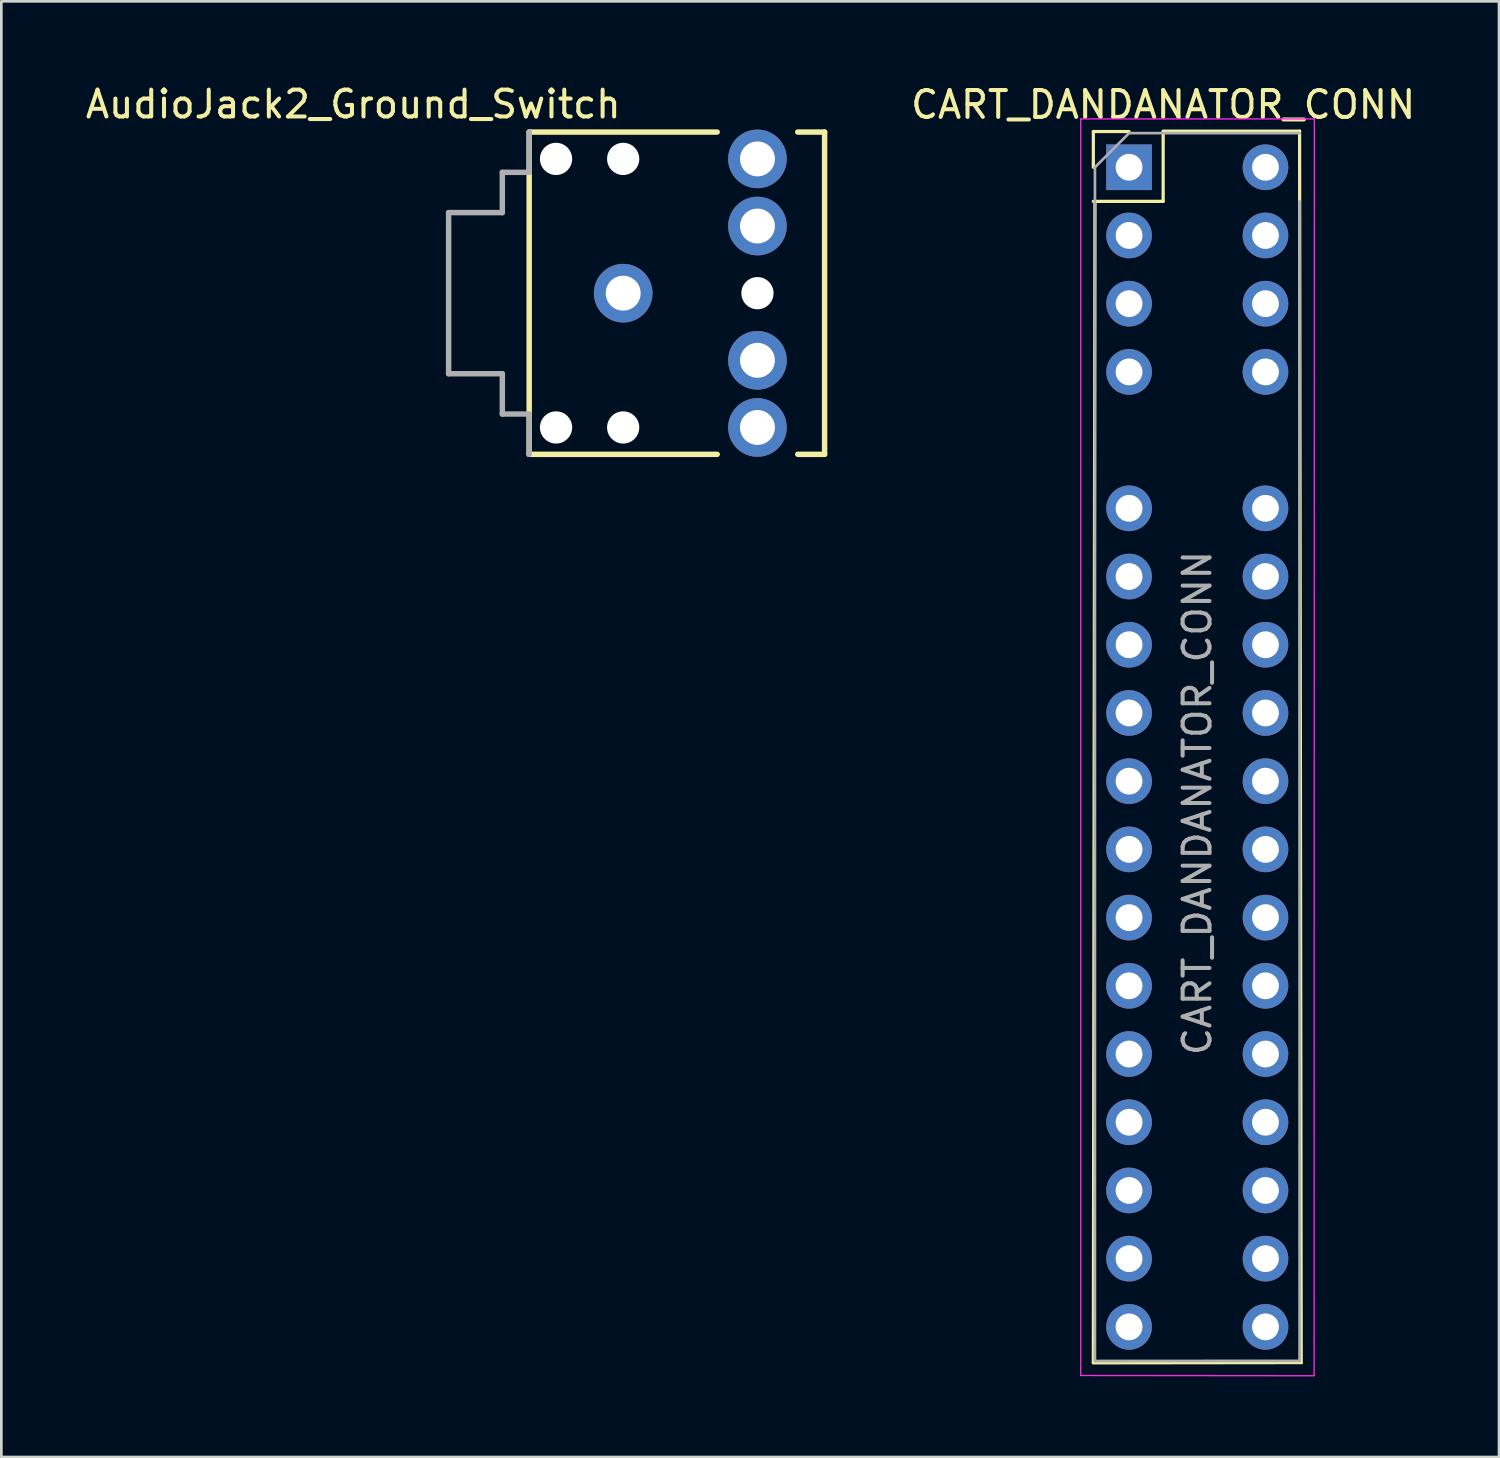
<source format=kicad_pcb>
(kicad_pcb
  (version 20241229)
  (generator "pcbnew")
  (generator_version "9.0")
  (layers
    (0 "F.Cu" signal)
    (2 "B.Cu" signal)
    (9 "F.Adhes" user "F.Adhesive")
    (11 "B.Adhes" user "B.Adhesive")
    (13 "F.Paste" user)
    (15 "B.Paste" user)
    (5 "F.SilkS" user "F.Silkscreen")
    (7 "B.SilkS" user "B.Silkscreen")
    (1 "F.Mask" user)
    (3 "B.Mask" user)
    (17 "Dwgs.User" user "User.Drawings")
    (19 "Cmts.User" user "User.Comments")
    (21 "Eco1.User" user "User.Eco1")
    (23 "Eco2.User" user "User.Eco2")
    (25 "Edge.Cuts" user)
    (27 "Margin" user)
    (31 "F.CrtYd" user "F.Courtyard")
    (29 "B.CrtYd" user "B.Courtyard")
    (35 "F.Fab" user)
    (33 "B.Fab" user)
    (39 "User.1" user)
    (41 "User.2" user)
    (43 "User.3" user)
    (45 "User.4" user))
  (footprint "AudioJack2_Ground_Switch"
    (layer "F.Cu")
    (at 20.155 7.867)
    (property "Reference" "AudioJack2_Ground_Switch" (at 0 -7.62 0) (layer "F.SilkS") (effects (font (size 1 1) (thickness 0.15)) (justify right top)))
    (attr through_hole)
    (fp_line (start -3.5 -6) (end -3.5 6) (stroke (width 0.203) (type solid)) (layer "F.SilkS"))
    (fp_line (start -3.5 -6) (end 3.5 -6) (stroke (width 0.203) (type solid)) (layer "F.SilkS"))
    (fp_line (start -3.5 6) (end 3.5 6) (stroke (width 0.203) (type solid)) (layer "F.SilkS"))
    (fp_line (start 7.5 -6) (end 6.5 -6) (stroke (width 0.203) (type solid)) (layer "F.SilkS"))
    (fp_line (start 7.5 -6) (end 7.5 6) (stroke (width 0.203) (type solid)) (layer "F.SilkS"))
    (fp_line (start 7.5 6) (end 6.5 6) (stroke (width 0.203) (type solid)) (layer "F.SilkS"))
    (fp_line (start -6.5 -3) (end -6.5 3) (stroke (width 0.203) (type solid)) (layer "F.Fab"))
    (fp_line (start -6.5 -3) (end -4.5 -3) (stroke (width 0.203) (type solid)) (layer "F.Fab"))
    (fp_line (start -6.5 3) (end -4.5 3) (stroke (width 0.203) (type solid)) (layer "F.Fab"))
    (fp_line (start -4.5 -4.5) (end -4.5 -3) (stroke (width 0.203) (type solid)) (layer "F.Fab"))
    (fp_line (start -4.5 -4.5) (end -3.5 -4.5) (stroke (width 0.203) (type solid)) (layer "F.Fab"))
    (fp_line (start -4.5 3) (end -4.5 4.5) (stroke (width 0.203) (type solid)) (layer "F.Fab"))
    (fp_line (start -4.5 4.5) (end -3.5 4.5) (stroke (width 0.203) (type solid)) (layer "F.Fab"))
    (fp_line (start -3.5 -6) (end -3.5 -4.5) (stroke (width 0.203) (type solid)) (layer "F.Fab"))
    (fp_line (start -3.5 4.5) (end -3.5 6) (stroke (width 0.203) (type solid)) (layer "F.Fab"))
    (pad "" np_thru_hole circle (at -2.5 -5) (size 1.2 1.2) (drill 1.2) (layers "*.Cu"))
    (pad "" np_thru_hole circle (at -2.5 5) (size 1.2 1.2) (drill 1.2) (layers "*.Cu"))
    (pad "" np_thru_hole circle (at 0 -5) (size 1.2 1.2) (drill 1.2) (layers "*.Cu"))
    (pad "" np_thru_hole circle (at 0 5) (size 1.2 1.2) (drill 1.2) (layers "*.Cu"))
    (pad "" np_thru_hole circle (at 5 0) (size 1.2 1.2) (drill 1.2) (layers "*.Cu"))
    (pad "G" thru_hole circle (at 0 0) (size 2.184 2.184) (drill 1.3) (layers "*.Cu" "*.Mask"))
    (pad "S" thru_hole circle (at 5 -5) (size 2.184 2.184) (drill 1.3) (layers "*.Cu" "*.Mask"))
    (pad "SN" thru_hole circle (at 5 -2.5) (size 2.184 2.184) (drill 1.3) (layers "*.Cu" "*.Mask"))
    (pad "T" thru_hole circle (at 5 5) (size 2.184 2.184) (drill 1.3) (layers "*.Cu" "*.Mask"))
    (pad "TN" thru_hole circle (at 5 2.5) (size 2.184 2.184) (drill 1.3) (layers "*.Cu" "*.Mask")))
  (footprint "CART_DANDANATOR_CONN"
    (layer "F.Cu")
    (at 38.992 3.178)
    (property "Reference" "CART_DANDANATOR_CONN" (at 1.27 -2.33 0) (layer "F.SilkS") (effects (font (size 1 1) (thickness 0.15))))
    (attr through_hole)
    (fp_line (start -1.33 -1.33) (end 0 -1.33) (stroke (width 0.12) (type solid)) (layer "F.SilkS"))
    (fp_line (start -1.33 0) (end -1.33 -1.33) (stroke (width 0.12) (type solid)) (layer "F.SilkS"))
    (fp_line (start -1.33 1.27) (end 1.27 1.27) (stroke (width 0.12) (type solid)) (layer "F.SilkS"))
    (fp_line (start -1.33 44.52) (end 6.41 44.51) (stroke (width 0.12) (type solid)) (layer "F.SilkS"))
    (fp_line (start -1.27 1.27) (end -1.33 44.51) (stroke (width 0.12) (type solid)) (layer "F.SilkS"))
    (fp_line (start 1.27 -1.346) (end 6.35 -1.346) (stroke (width 0.12) (type solid)) (layer "F.SilkS"))
    (fp_line (start 1.27 1.27) (end 1.27 -1.33) (stroke (width 0.12) (type solid)) (layer "F.SilkS"))
    (fp_line (start 6.35 -1.346) (end 6.41 44.51) (stroke (width 0.12) (type solid)) (layer "F.SilkS"))
    (fp_line (start -1.8 -1.8) (end -1.8 44.99) (stroke (width 0.05) (type solid)) (layer "F.CrtYd"))
    (fp_line (start -1.8 44.99) (end 6.9 45) (stroke (width 0.05) (type solid)) (layer "F.CrtYd"))
    (fp_line (start 6.89 44.99) (end 6.9 -1.8) (stroke (width 0.05) (type solid)) (layer "F.CrtYd"))
    (fp_line (start 6.9 -1.8) (end -1.8 -1.8) (stroke (width 0.05) (type solid)) (layer "F.CrtYd"))
    (fp_line (start -1.27 0) (end 0 -1.27) (stroke (width 0.1) (type solid)) (layer "F.Fab"))
    (fp_line (start -1.27 44.45) (end -1.27 0) (stroke (width 0.1) (type solid)) (layer "F.Fab"))
    (fp_line (start 0 -1.27) (end 6.35 -1.27) (stroke (width 0.1) (type solid)) (layer "F.Fab"))
    (fp_line (start 6.332 44.445) (end -1.27 44.45) (stroke (width 0.1) (type solid)) (layer "F.Fab"))
    (fp_line (start 6.35 1.27) (end 6.35 44.45) (stroke (width 0.1) (type solid)) (layer "F.Fab"))
    (fp_text user "${REFERENCE}" (at 2.54 23.673 90) (layer "F.Fab") (effects (font (size 1 1) (thickness 0.15))))
    (pad "1" thru_hole rect (at 0 0) (size 1.7 1.7) (drill 1) (layers "*.Cu" "*.Mask"))
    (pad "2" thru_hole oval (at 5.08 0) (size 1.7 1.7) (drill 1) (layers "*.Cu" "*.Mask"))
    (pad "3" thru_hole oval (at 0 2.54) (size 1.7 1.7) (drill 1) (layers "*.Cu" "*.Mask"))
    (pad "4" thru_hole oval (at 5.08 2.54) (size 1.7 1.7) (drill 1) (layers "*.Cu" "*.Mask"))
    (pad "5" thru_hole oval (at 0 5.08) (size 1.7 1.7) (drill 1) (layers "*.Cu" "*.Mask"))
    (pad "6" thru_hole oval (at 5.08 5.08) (size 1.7 1.7) (drill 1) (layers "*.Cu" "*.Mask"))
    (pad "7" thru_hole oval (at 0 7.62) (size 1.7 1.7) (drill 1) (layers "*.Cu" "*.Mask"))
    (pad "8" thru_hole oval (at 5.08 7.62) (size 1.7 1.7) (drill 1) (layers "*.Cu" "*.Mask"))
    (pad "9" thru_hole oval (at 0 12.7) (size 1.7 1.7) (drill 1) (layers "*.Cu" "*.Mask"))
    (pad "10" thru_hole oval (at 5.08 12.7) (size 1.7 1.7) (drill 1) (layers "*.Cu" "*.Mask"))
    (pad "11" thru_hole oval (at 0 15.24) (size 1.7 1.7) (drill 1) (layers "*.Cu" "*.Mask"))
    (pad "12" thru_hole oval (at 5.08 15.24) (size 1.7 1.7) (drill 1) (layers "*.Cu" "*.Mask"))
    (pad "13" thru_hole oval (at 0 17.78) (size 1.7 1.7) (drill 1) (layers "*.Cu" "*.Mask"))
    (pad "14" thru_hole oval (at 5.08 17.78) (size 1.7 1.7) (drill 1) (layers "*.Cu" "*.Mask"))
    (pad "15" thru_hole oval (at 0 20.32) (size 1.7 1.7) (drill 1) (layers "*.Cu" "*.Mask"))
    (pad "16" thru_hole oval (at 5.08 20.32) (size 1.7 1.7) (drill 1) (layers "*.Cu" "*.Mask"))
    (pad "17" thru_hole oval (at 0 22.86) (size 1.7 1.7) (drill 1) (layers "*.Cu" "*.Mask"))
    (pad "18" thru_hole oval (at 5.08 22.86) (size 1.7 1.7) (drill 1) (layers "*.Cu" "*.Mask"))
    (pad "19" thru_hole oval (at 0 25.4) (size 1.7 1.7) (drill 1) (layers "*.Cu" "*.Mask"))
    (pad "20" thru_hole oval (at 5.08 25.4) (size 1.7 1.7) (drill 1) (layers "*.Cu" "*.Mask"))
    (pad "21" thru_hole oval (at 0 27.94) (size 1.7 1.7) (drill 1) (layers "*.Cu" "*.Mask"))
    (pad "22" thru_hole oval (at 5.08 27.94) (size 1.7 1.7) (drill 1) (layers "*.Cu" "*.Mask"))
    (pad "23" thru_hole oval (at 0 30.48) (size 1.7 1.7) (drill 1) (layers "*.Cu" "*.Mask"))
    (pad "24" thru_hole oval (at 5.08 30.48) (size 1.7 1.7) (drill 1) (layers "*.Cu" "*.Mask"))
    (pad "25" thru_hole oval (at 0 33.02) (size 1.7 1.7) (drill 1) (layers "*.Cu" "*.Mask"))
    (pad "26" thru_hole oval (at 5.08 33.02) (size 1.7 1.7) (drill 1) (layers "*.Cu" "*.Mask"))
    (pad "27" thru_hole oval (at 0 35.56) (size 1.7 1.7) (drill 1) (layers "*.Cu" "*.Mask"))
    (pad "28" thru_hole oval (at 5.08 35.56) (size 1.7 1.7) (drill 1) (layers "*.Cu" "*.Mask"))
    (pad "29" thru_hole oval (at 0 38.1) (size 1.7 1.7) (drill 1) (layers "*.Cu" "*.Mask"))
    (pad "30" thru_hole oval (at 5.08 38.1) (size 1.7 1.7) (drill 1) (layers "*.Cu" "*.Mask"))
    (pad "31" thru_hole oval (at 0 40.64) (size 1.7 1.7) (drill 1) (layers "*.Cu" "*.Mask"))
    (pad "32" thru_hole oval (at 5.08 40.64) (size 1.7 1.7) (drill 1) (layers "*.Cu" "*.Mask"))
    (pad "33" thru_hole oval (at 0 43.18) (size 1.7 1.7) (drill 1) (layers "*.Cu" "*.Mask"))
    (pad "34" thru_hole oval (at 5.08 43.18) (size 1.7 1.7) (drill 1) (layers "*.Cu" "*.Mask")))
  (gr_rect
    (start -3 -3)
    (end 52.768 51.203)
    (stroke (width 0.1) (type default))
    (fill no)
    (layer "Edge.Cuts")))
</source>
